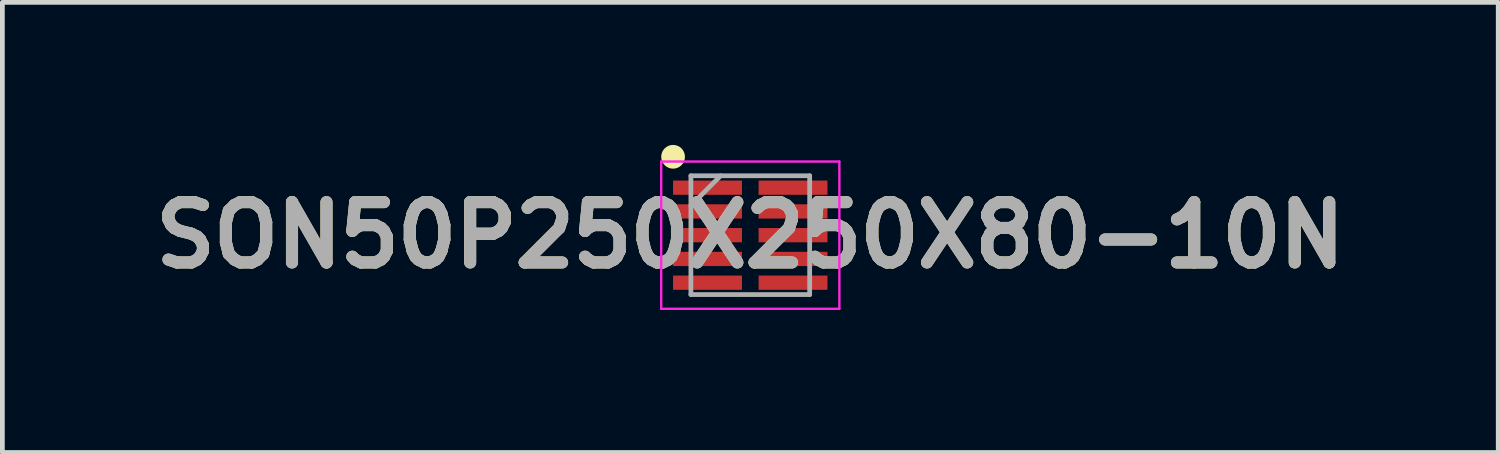
<source format=kicad_pcb>
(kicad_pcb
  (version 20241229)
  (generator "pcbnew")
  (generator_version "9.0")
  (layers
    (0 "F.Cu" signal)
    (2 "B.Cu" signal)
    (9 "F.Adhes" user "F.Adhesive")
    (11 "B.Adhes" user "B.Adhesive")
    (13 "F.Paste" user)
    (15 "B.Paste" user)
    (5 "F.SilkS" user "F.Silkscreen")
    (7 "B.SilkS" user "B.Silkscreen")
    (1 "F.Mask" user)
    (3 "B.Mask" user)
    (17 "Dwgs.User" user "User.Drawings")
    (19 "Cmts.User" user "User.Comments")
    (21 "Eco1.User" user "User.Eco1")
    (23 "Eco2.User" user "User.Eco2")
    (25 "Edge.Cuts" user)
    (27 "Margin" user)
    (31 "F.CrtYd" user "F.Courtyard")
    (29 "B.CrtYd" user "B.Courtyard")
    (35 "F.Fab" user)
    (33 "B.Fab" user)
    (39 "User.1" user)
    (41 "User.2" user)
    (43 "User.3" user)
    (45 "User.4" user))
  (footprint "SON50P250X250X80-10N"
    (layer "F.Cu")
    (at 12.742 1.9)
    (property "Reference" "SON50P250X250X80-10N" (at 0 0 0) (layer "F.SilkS") (effects (font (size 1.27 1.27) (thickness 0.254))))
    (attr smd)
    (fp_circle (center -1.625 -1.65) (end -1.625 -1.525) (stroke (width 0.25) (type solid)) (fill no) (layer "F.SilkS"))
    (fp_line (start -1.875 -1.55) (end 1.875 -1.55) (stroke (width 0.05) (type solid)) (layer "F.CrtYd"))
    (fp_line (start -1.875 1.55) (end -1.875 -1.55) (stroke (width 0.05) (type solid)) (layer "F.CrtYd"))
    (fp_line (start 1.875 -1.55) (end 1.875 1.55) (stroke (width 0.05) (type solid)) (layer "F.CrtYd"))
    (fp_line (start 1.875 1.55) (end -1.875 1.55) (stroke (width 0.05) (type solid)) (layer "F.CrtYd"))
    (fp_line (start -1.25 -1.25) (end 1.25 -1.25) (stroke (width 0.1) (type solid)) (layer "F.Fab"))
    (fp_line (start -1.25 -0.625) (end -0.625 -1.25) (stroke (width 0.1) (type solid)) (layer "F.Fab"))
    (fp_line (start -1.25 1.25) (end -1.25 -1.25) (stroke (width 0.1) (type solid)) (layer "F.Fab"))
    (fp_line (start 1.25 -1.25) (end 1.25 1.25) (stroke (width 0.1) (type solid)) (layer "F.Fab"))
    (fp_line (start 1.25 1.25) (end -1.25 1.25) (stroke (width 0.1) (type solid)) (layer "F.Fab"))
    (fp_text user "${REFERENCE}" (at 0 0 0) (layer "F.Fab") (effects (font (size 1.27 1.27) (thickness 0.254))))
    (pad "1" smd rect (at -0.9 -1 90) (size 0.3 1.45) (layers "F.Cu" "F.Mask" "F.Paste"))
    (pad "2" smd rect (at -0.9 -0.5 90) (size 0.3 1.45) (layers "F.Cu" "F.Mask" "F.Paste"))
    (pad "3" smd rect (at -0.9 0 90) (size 0.3 1.45) (layers "F.Cu" "F.Mask" "F.Paste"))
    (pad "4" smd rect (at -0.9 0.5 90) (size 0.3 1.45) (layers "F.Cu" "F.Mask" "F.Paste"))
    (pad "5" smd rect (at -0.9 1 90) (size 0.3 1.45) (layers "F.Cu" "F.Mask" "F.Paste"))
    (pad "6" smd rect (at 0.9 1 90) (size 0.3 1.45) (layers "F.Cu" "F.Mask" "F.Paste"))
    (pad "7" smd rect (at 0.9 0.5 90) (size 0.3 1.45) (layers "F.Cu" "F.Mask" "F.Paste"))
    (pad "8" smd rect (at 0.9 0 90) (size 0.3 1.45) (layers "F.Cu" "F.Mask" "F.Paste"))
    (pad "9" smd rect (at 0.9 -0.5 90) (size 0.3 1.45) (layers "F.Cu" "F.Mask" "F.Paste"))
    (pad "10" smd rect (at 0.9 -1 90) (size 0.3 1.45) (layers "F.Cu" "F.Mask" "F.Paste")))
  (gr_rect
    (start -3 -3)
    (end 28.485 6.475)
    (stroke (width 0.1) (type default))
    (fill no)
    (layer "Edge.Cuts")))
</source>
